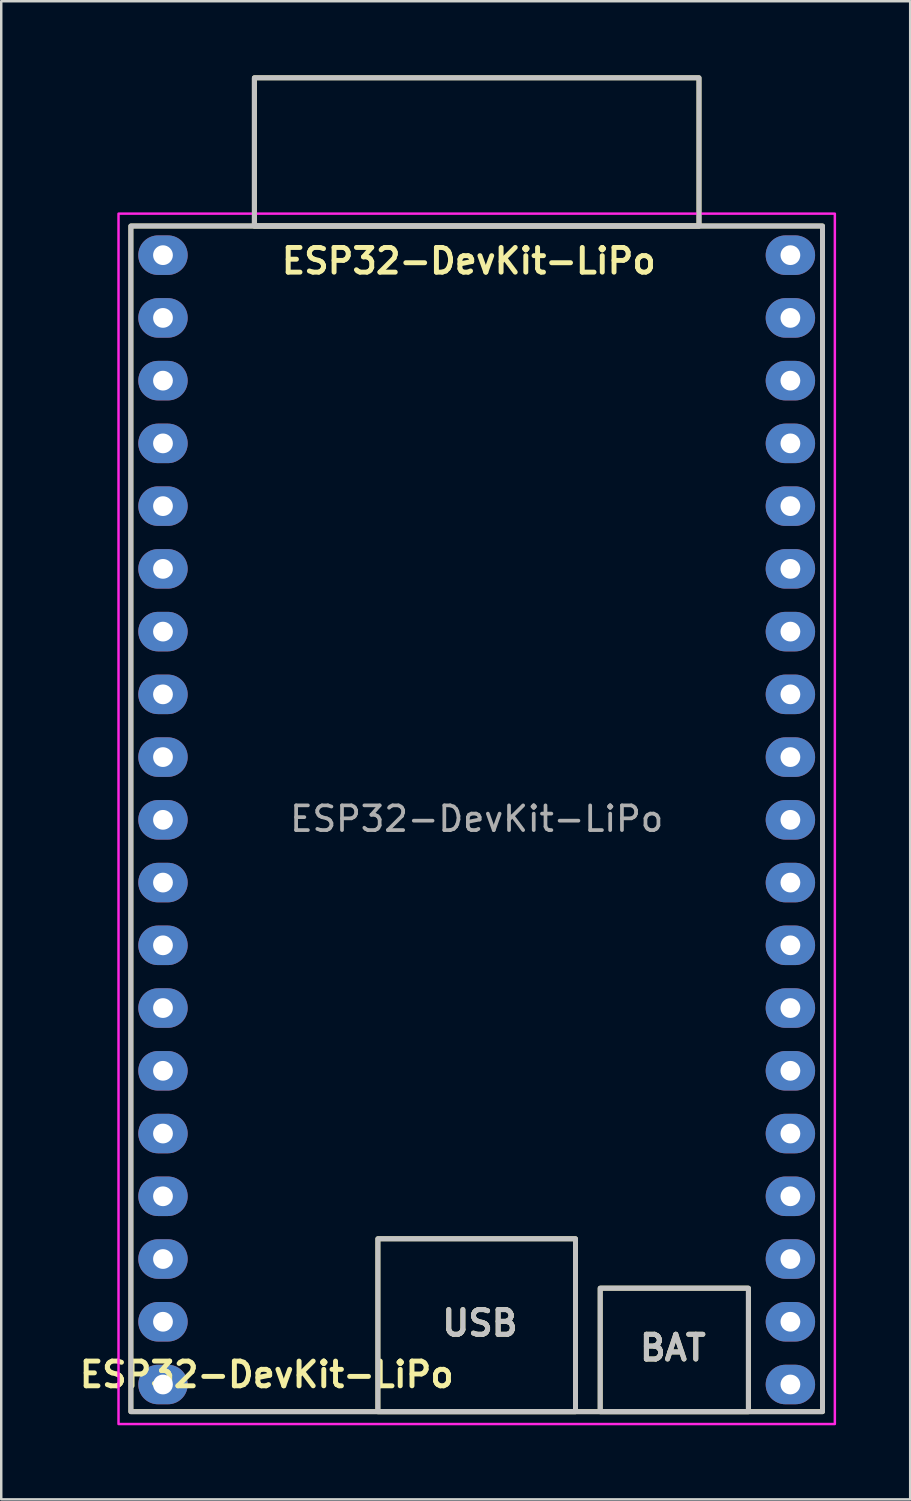
<source format=kicad_pcb>
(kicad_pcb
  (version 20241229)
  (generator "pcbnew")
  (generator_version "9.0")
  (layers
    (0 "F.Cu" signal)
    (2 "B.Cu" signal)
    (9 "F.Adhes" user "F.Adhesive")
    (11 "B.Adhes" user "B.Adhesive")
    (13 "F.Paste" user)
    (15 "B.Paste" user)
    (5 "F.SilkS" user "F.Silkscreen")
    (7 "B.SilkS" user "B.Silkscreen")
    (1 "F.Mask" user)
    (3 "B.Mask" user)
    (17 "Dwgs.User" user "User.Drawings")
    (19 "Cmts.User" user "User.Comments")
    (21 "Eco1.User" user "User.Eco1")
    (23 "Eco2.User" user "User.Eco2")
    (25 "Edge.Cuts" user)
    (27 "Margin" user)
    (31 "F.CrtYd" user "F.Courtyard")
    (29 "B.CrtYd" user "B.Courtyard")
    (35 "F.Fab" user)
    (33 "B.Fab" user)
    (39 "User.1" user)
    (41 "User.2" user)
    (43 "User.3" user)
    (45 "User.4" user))
  (footprint "ESP32-DevKit-LiPo"
    (layer "F.Cu")
    (at 16.248 27.6)
    (property "Reference" "ESP32-DevKit-LiPo" (at -8.5 25 0) (unlocked yes) (layer "F.SilkS") (effects (font (size 1 1) (thickness 0.2) (bold yes))))
    (attr through_hole)
    (fp_rect (start -14 -21.5) (end 14 26.5) (stroke (width 0.2) (type default)) (fill no) (layer "F.SilkS"))
    (fp_rect (start -9 -27.5) (end 9 -21.5) (stroke (width 0.2) (type default)) (fill no) (layer "F.SilkS"))
    (fp_rect (start -4 19.5) (end 4 26.5) (stroke (width 0.2) (type default)) (fill no) (layer "F.SilkS"))
    (fp_rect (start 5 21.5) (end 11 26.5) (stroke (width 0.2) (type default)) (fill no) (layer "F.SilkS"))
    (fp_rect (start -14 -21.5) (end 14 26.5) (stroke (width 0.2) (type default)) (fill no) (layer "Dwgs.User"))
    (fp_rect (start -9 -27.5) (end 9 -21.5) (stroke (width 0.2) (type default)) (fill no) (layer "Dwgs.User"))
    (fp_rect (start -4 19.5) (end 4 26.5) (stroke (width 0.2) (type default)) (fill no) (layer "Dwgs.User"))
    (fp_rect (start 5 21.5) (end 11 26.5) (stroke (width 0.2) (type default)) (fill no) (layer "Dwgs.User"))
    (fp_rect (start -14.5 -22) (end 14.5 27) (stroke (width 0.1) (type default)) (fill no) (layer "F.CrtYd"))
    (fp_text user "USB" (at -1.5 23.5 0) (unlocked yes) (layer "F.SilkS") (effects (font (size 1 1) (thickness 0.2) (bold yes)) (justify left bottom)))
    (fp_text user "ESP32-DevKit-LiPo" (at -8 -19.5 0) (unlocked yes) (layer "F.SilkS") (effects (font (size 1 1) (thickness 0.2) (bold yes)) (justify left bottom)))
    (fp_text user "BAT" (at 6.5 24.5 0) (unlocked yes) (layer "F.SilkS") (effects (font (size 1 1) (thickness 0.2) (bold yes)) (justify left bottom)))
    (fp_text user "USB" (at -1.5 23.5 0) (unlocked yes) (layer "Dwgs.User") (effects (font (size 1 1) (thickness 0.2) (bold yes)) (justify left bottom)))
    (fp_text user "BAT" (at 6.5 24.5 0) (unlocked yes) (layer "Dwgs.User") (effects (font (size 1 1) (thickness 0.2) (bold yes)) (justify left bottom)))
    (fp_text user "${REFERENCE}" (at 0 2.5 0) (unlocked yes) (layer "F.Fab") (effects (font (size 1 1) (thickness 0.15))))
    (pad "1" thru_hole oval (at -12.7 -20.32) (size 2 1.6) (drill 0.8) (layers "*.Cu" "*.Mask"))
    (pad "2" thru_hole oval (at -12.7 -17.78) (size 2 1.6) (drill 0.8) (layers "*.Cu" "*.Mask"))
    (pad "3" thru_hole oval (at -12.7 -15.24) (size 2 1.6) (drill 0.8) (layers "*.Cu" "*.Mask"))
    (pad "4" thru_hole oval (at -12.7 -12.7) (size 2 1.6) (drill 0.8) (layers "*.Cu" "*.Mask"))
    (pad "5" thru_hole oval (at -12.7 -10.16) (size 2 1.6) (drill 0.8) (layers "*.Cu" "*.Mask"))
    (pad "6" thru_hole oval (at -12.7 -7.62) (size 2 1.6) (drill 0.8) (layers "*.Cu" "*.Mask"))
    (pad "7" thru_hole oval (at -12.7 -5.08) (size 2 1.6) (drill 0.8) (layers "*.Cu" "*.Mask"))
    (pad "8" thru_hole oval (at -12.7 -2.54) (size 2 1.6) (drill 0.8) (layers "*.Cu" "*.Mask"))
    (pad "9" thru_hole oval (at -12.7 0) (size 2 1.6) (drill 0.8) (layers "*.Cu" "*.Mask"))
    (pad "10" thru_hole oval (at -12.7 2.54) (size 2 1.6) (drill 0.8) (layers "*.Cu" "*.Mask"))
    (pad "11" thru_hole oval (at -12.7 5.08) (size 2 1.6) (drill 0.8) (layers "*.Cu" "*.Mask"))
    (pad "12" thru_hole oval (at -12.7 7.62) (size 2 1.6) (drill 0.8) (layers "*.Cu" "*.Mask"))
    (pad "13" thru_hole oval (at -12.7 10.16) (size 2 1.6) (drill 0.8) (layers "*.Cu" "*.Mask"))
    (pad "14" thru_hole oval (at -12.7 12.7) (size 2 1.6) (drill 0.8) (layers "*.Cu" "*.Mask"))
    (pad "15" thru_hole oval (at -12.7 15.24) (size 2 1.6) (drill 0.8) (layers "*.Cu" "*.Mask"))
    (pad "16" thru_hole oval (at -12.7 17.78) (size 2 1.6) (drill 0.8) (layers "*.Cu" "*.Mask"))
    (pad "17" thru_hole oval (at -12.7 20.32) (size 2 1.6) (drill 0.8) (layers "*.Cu" "*.Mask"))
    (pad "18" thru_hole oval (at -12.7 22.86) (size 2 1.6) (drill 0.8) (layers "*.Cu" "*.Mask"))
    (pad "19" thru_hole oval (at -12.7 25.4) (size 2 1.6) (drill 0.8) (layers "*.Cu" "*.Mask"))
    (pad "20" thru_hole oval (at 12.7 25.4) (size 2 1.6) (drill 0.8) (layers "*.Cu" "*.Mask"))
    (pad "21" thru_hole oval (at 12.7 22.86) (size 2 1.6) (drill 0.8) (layers "*.Cu" "*.Mask"))
    (pad "22" thru_hole oval (at 12.7 20.32) (size 2 1.6) (drill 0.8) (layers "*.Cu" "*.Mask"))
    (pad "23" thru_hole oval (at 12.7 17.78) (size 2 1.6) (drill 0.8) (layers "*.Cu" "*.Mask"))
    (pad "24" thru_hole oval (at 12.7 15.24) (size 2 1.6) (drill 0.8) (layers "*.Cu" "*.Mask"))
    (pad "25" thru_hole oval (at 12.7 12.7) (size 2 1.6) (drill 0.8) (layers "*.Cu" "*.Mask"))
    (pad "26" thru_hole oval (at 12.7 10.16) (size 2 1.6) (drill 0.8) (layers "*.Cu" "*.Mask"))
    (pad "27" thru_hole oval (at 12.7 7.62) (size 2 1.6) (drill 0.8) (layers "*.Cu" "*.Mask"))
    (pad "28" thru_hole oval (at 12.7 5.08) (size 2 1.6) (drill 0.8) (layers "*.Cu" "*.Mask"))
    (pad "29" thru_hole oval (at 12.7 2.54) (size 2 1.6) (drill 0.8) (layers "*.Cu" "*.Mask"))
    (pad "30" thru_hole oval (at 12.7 0) (size 2 1.6) (drill 0.8) (layers "*.Cu" "*.Mask"))
    (pad "31" thru_hole oval (at 12.7 -2.54) (size 2 1.6) (drill 0.8) (layers "*.Cu" "*.Mask"))
    (pad "32" thru_hole oval (at 12.7 -5.08) (size 2 1.6) (drill 0.8) (layers "*.Cu" "*.Mask"))
    (pad "33" thru_hole oval (at 12.7 -7.62) (size 2 1.6) (drill 0.8) (layers "*.Cu" "*.Mask"))
    (pad "34" thru_hole oval (at 12.7 -10.16) (size 2 1.6) (drill 0.8) (layers "*.Cu" "*.Mask"))
    (pad "35" thru_hole oval (at 12.7 -12.7) (size 2 1.6) (drill 0.8) (layers "*.Cu" "*.Mask"))
    (pad "36" thru_hole oval (at 12.7 -15.24) (size 2 1.6) (drill 0.8) (layers "*.Cu" "*.Mask"))
    (pad "37" thru_hole oval (at 12.7 -17.78) (size 2 1.6) (drill 0.8) (layers "*.Cu" "*.Mask"))
    (pad "38" thru_hole oval (at 12.7 -20.32) (size 2 1.6) (drill 0.8) (layers "*.Cu" "*.Mask")))
  (gr_rect
    (start -3 -3)
    (end 33.798 57.65)
    (stroke (width 0.1) (type default))
    (fill no)
    (layer "Edge.Cuts")))
</source>
